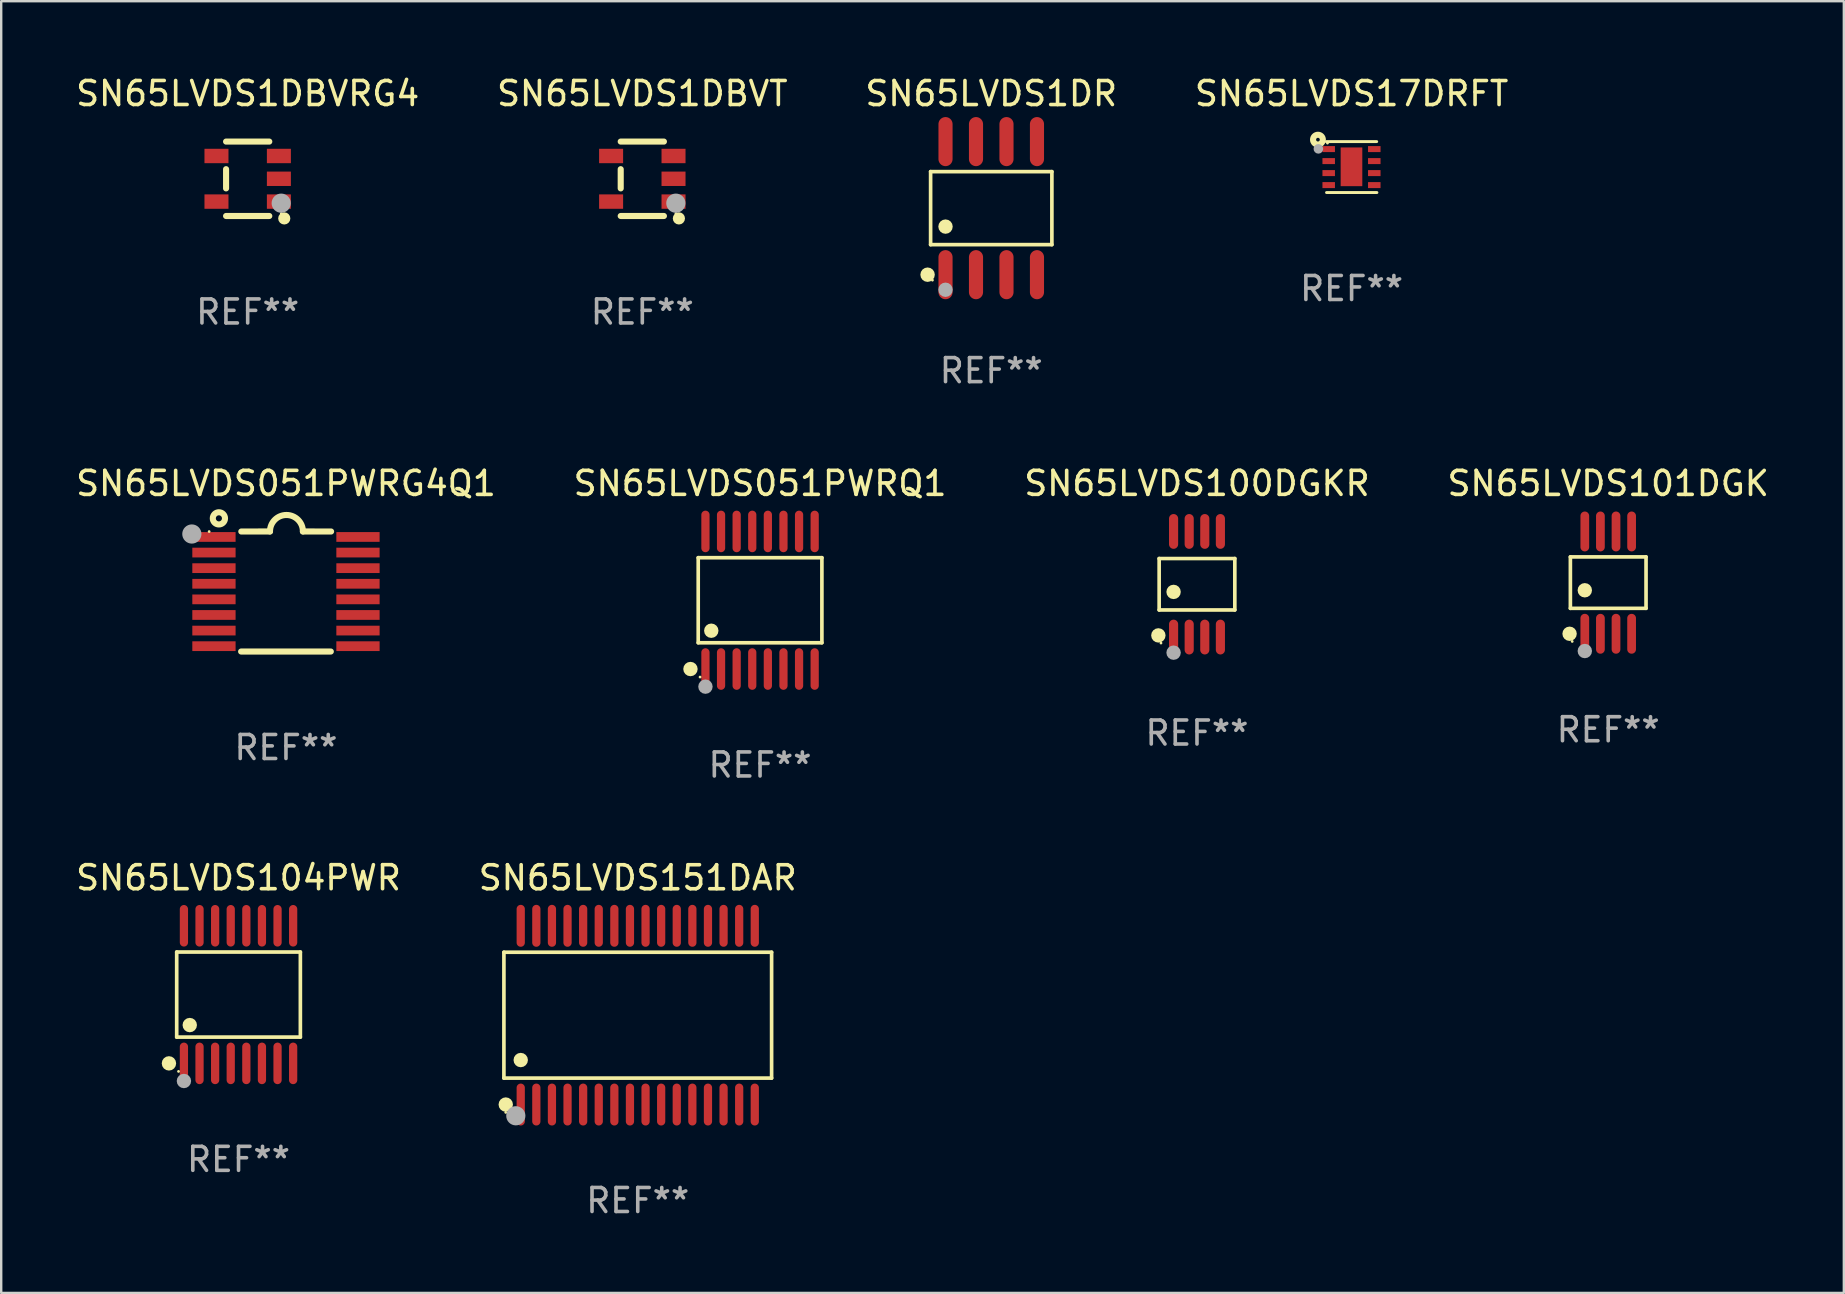
<source format=kicad_pcb>
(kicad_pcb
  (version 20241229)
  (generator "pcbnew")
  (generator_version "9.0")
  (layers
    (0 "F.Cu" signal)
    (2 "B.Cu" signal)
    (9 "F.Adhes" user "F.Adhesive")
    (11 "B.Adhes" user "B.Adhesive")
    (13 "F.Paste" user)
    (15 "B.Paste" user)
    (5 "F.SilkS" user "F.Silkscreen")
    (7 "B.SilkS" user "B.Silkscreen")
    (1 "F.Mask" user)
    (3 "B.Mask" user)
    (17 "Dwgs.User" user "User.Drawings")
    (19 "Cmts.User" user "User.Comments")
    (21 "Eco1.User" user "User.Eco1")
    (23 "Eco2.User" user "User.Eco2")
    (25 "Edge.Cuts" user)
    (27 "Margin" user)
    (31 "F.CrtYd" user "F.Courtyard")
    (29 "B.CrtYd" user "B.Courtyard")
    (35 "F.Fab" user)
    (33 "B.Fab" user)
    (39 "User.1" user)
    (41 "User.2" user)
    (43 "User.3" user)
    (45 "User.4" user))
  (footprint "SN65LVDS101DGK"
    (layer "F.Cu")
    (at 63.946 21.221)
    (property "Reference" "SN65LVDS101DGK" (at 0 -4.131 0) (layer "F.SilkS") (effects (font (size 1 1) (thickness 0.15))))
    (attr through_hole)
    (fp_line (start -1.576 -1.071) (end 1.576 -1.071) (stroke (width 0.152) (type solid)) (layer "F.SilkS"))
    (fp_line (start -1.576 1.071) (end -1.576 -1.071) (stroke (width 0.152) (type solid)) (layer "F.SilkS"))
    (fp_line (start 1.576 -1.071) (end 1.576 1.071) (stroke (width 0.152) (type solid)) (layer "F.SilkS"))
    (fp_line (start 1.576 1.071) (end -1.576 1.071) (stroke (width 0.152) (type solid)) (layer "F.SilkS"))
    (fp_circle (center -1.609 2.131) (end -1.459 2.131) (stroke (width 0.3) (type solid)) (fill no) (layer "F.SilkS"))
    (fp_circle (center -1.5 2.45) (end -1.47 2.45) (stroke (width 0.06) (type solid)) (fill no) (layer "F.SilkS"))
    (fp_circle (center -0.975 0.319) (end -0.825 0.319) (stroke (width 0.3) (type solid)) (fill no) (layer "F.SilkS"))
    (fp_circle (center -0.975 2.85) (end -0.825 2.85) (stroke (width 0.3) (type solid)) (fill no) (layer "F.Fab"))
    (fp_text user "REF**" (at 0 6.131 0) (layer "F.Fab") (effects (font (size 1 1) (thickness 0.15))))
    (pad "1" smd oval (at -0.975 2.131) (size 0.364 1.662) (layers "F.Cu" "F.Mask" "F.Paste"))
    (pad "2" smd oval (at -0.325 2.131) (size 0.364 1.662) (layers "F.Cu" "F.Mask" "F.Paste"))
    (pad "3" smd oval (at 0.325 2.131) (size 0.364 1.662) (layers "F.Cu" "F.Mask" "F.Paste"))
    (pad "4" smd oval (at 0.975 2.131) (size 0.364 1.662) (layers "F.Cu" "F.Mask" "F.Paste"))
    (pad "5" smd oval (at 0.975 -2.131) (size 0.364 1.662) (layers "F.Cu" "F.Mask" "F.Paste"))
    (pad "6" smd oval (at 0.325 -2.131) (size 0.364 1.662) (layers "F.Cu" "F.Mask" "F.Paste"))
    (pad "7" smd oval (at -0.325 -2.131) (size 0.364 1.662) (layers "F.Cu" "F.Mask" "F.Paste"))
    (pad "8" smd oval (at -0.975 -2.131) (size 0.364 1.662) (layers "F.Cu" "F.Mask" "F.Paste")))
  (footprint "SN65LVDS1DBVRG4"
    (layer "F.Cu")
    (at 7.268 4.398)
    (property "Reference" "SN65LVDS1DBVRG4" (at 0 -3.55 0) (layer "F.SilkS") (effects (font (size 1 1) (thickness 0.15))))
    (attr through_hole)
    (fp_line (start -0.9 -1.55) (end 0.9 -1.55) (stroke (width 0.254) (type solid)) (layer "F.SilkS"))
    (fp_line (start -0.9 0.4) (end -0.9 -0.4) (stroke (width 0.254) (type solid)) (layer "F.SilkS"))
    (fp_line (start -0.9 1.55) (end 0.9 1.55) (stroke (width 0.254) (type solid)) (layer "F.SilkS"))
    (fp_circle (center 1.4 1.45) (end 1.43 1.45) (stroke (width 0.06) (type solid)) (fill no) (layer "F.SilkS"))
    (fp_circle (center 1.524 1.651) (end 1.651 1.651) (stroke (width 0.254) (type solid)) (fill no) (layer "F.SilkS"))
    (fp_circle (center 1.397 1.016) (end 1.597 1.016) (stroke (width 0.4) (type solid)) (fill no) (layer "F.Fab"))
    (fp_text user "REF**" (at 0 5.55 0) (layer "F.Fab") (effects (font (size 1 1) (thickness 0.15))))
    (pad "1" smd rect (at 1.3 0.95) (size 1 0.6) (layers "F.Cu" "F.Mask" "F.Paste"))
    (pad "2" smd rect (at 1.3 -0.000051) (size 1 0.6) (layers "F.Cu" "F.Mask" "F.Paste"))
    (pad "3" smd rect (at 1.3 -0.95) (size 1 0.6) (layers "F.Cu" "F.Mask" "F.Paste"))
    (pad "4" smd rect (at -1.3 -0.95) (size 1 0.6) (layers "F.Cu" "F.Mask" "F.Paste"))
    (pad "5" smd rect (at -1.3 0.95) (size 1 0.6) (layers "F.Cu" "F.Mask" "F.Paste")))
  (footprint "SN65LVDS151DAR"
    (layer "F.Cu")
    (at 23.518 39.241)
    (property "Reference" "SN65LVDS151DAR" (at 0 -5.723 0) (layer "F.SilkS") (effects (font (size 1 1) (thickness 0.15))))
    (attr through_hole)
    (fp_line (start -5.576 -2.622) (end 5.576 -2.622) (stroke (width 0.152) (type solid)) (layer "F.SilkS"))
    (fp_line (start -5.576 2.621) (end -5.576 -2.622) (stroke (width 0.152) (type solid)) (layer "F.SilkS"))
    (fp_line (start 5.576 -2.622) (end 5.576 2.621) (stroke (width 0.152) (type solid)) (layer "F.SilkS"))
    (fp_line (start 5.576 2.621) (end -5.576 2.621) (stroke (width 0.152) (type solid)) (layer "F.SilkS"))
    (fp_circle (center -5.5 4.05) (end -5.47 4.05) (stroke (width 0.06) (type solid)) (fill no) (layer "F.SilkS"))
    (fp_circle (center -5.499 3.723) (end -5.349 3.723) (stroke (width 0.3) (type solid)) (fill no) (layer "F.SilkS"))
    (fp_circle (center -4.875 1.869) (end -4.725 1.869) (stroke (width 0.3) (type solid)) (fill no) (layer "F.SilkS"))
    (fp_circle (center -5.08 4.191) (end -4.88 4.191) (stroke (width 0.4) (type solid)) (fill no) (layer "F.Fab"))
    (fp_text user "REF**" (at 0 7.723 0) (layer "F.Fab") (effects (font (size 1 1) (thickness 0.15))))
    (pad "1" smd oval (at -4.875 3.723) (size 0.343 1.747) (layers "F.Cu" "F.Mask" "F.Paste"))
    (pad "2" smd oval (at -4.225 3.723) (size 0.343 1.747) (layers "F.Cu" "F.Mask" "F.Paste"))
    (pad "3" smd oval (at -3.575 3.723) (size 0.343 1.747) (layers "F.Cu" "F.Mask" "F.Paste"))
    (pad "4" smd oval (at -2.925 3.723) (size 0.343 1.747) (layers "F.Cu" "F.Mask" "F.Paste"))
    (pad "5" smd oval (at -2.275 3.723) (size 0.343 1.747) (layers "F.Cu" "F.Mask" "F.Paste"))
    (pad "6" smd oval (at -1.625 3.723) (size 0.343 1.747) (layers "F.Cu" "F.Mask" "F.Paste"))
    (pad "7" smd oval (at -0.975 3.723) (size 0.343 1.747) (layers "F.Cu" "F.Mask" "F.Paste"))
    (pad "8" smd oval (at -0.325 3.723) (size 0.343 1.747) (layers "F.Cu" "F.Mask" "F.Paste"))
    (pad "9" smd oval (at 0.325 3.723) (size 0.343 1.747) (layers "F.Cu" "F.Mask" "F.Paste"))
    (pad "10" smd oval (at 0.975 3.723) (size 0.343 1.747) (layers "F.Cu" "F.Mask" "F.Paste"))
    (pad "11" smd oval (at 1.625 3.723) (size 0.343 1.747) (layers "F.Cu" "F.Mask" "F.Paste"))
    (pad "12" smd oval (at 2.275 3.723) (size 0.343 1.747) (layers "F.Cu" "F.Mask" "F.Paste"))
    (pad "13" smd oval (at 2.925 3.723) (size 0.343 1.747) (layers "F.Cu" "F.Mask" "F.Paste"))
    (pad "14" smd oval (at 3.575 3.723) (size 0.343 1.747) (layers "F.Cu" "F.Mask" "F.Paste"))
    (pad "15" smd oval (at 4.225 3.723) (size 0.343 1.747) (layers "F.Cu" "F.Mask" "F.Paste"))
    (pad "16" smd oval (at 4.875 3.723) (size 0.343 1.747) (layers "F.Cu" "F.Mask" "F.Paste"))
    (pad "17" smd oval (at 4.875 -3.723) (size 0.343 1.747) (layers "F.Cu" "F.Mask" "F.Paste"))
    (pad "18" smd oval (at 4.225 -3.723) (size 0.343 1.747) (layers "F.Cu" "F.Mask" "F.Paste"))
    (pad "19" smd oval (at 3.575 -3.723) (size 0.343 1.747) (layers "F.Cu" "F.Mask" "F.Paste"))
    (pad "20" smd oval (at 2.925 -3.723) (size 0.343 1.747) (layers "F.Cu" "F.Mask" "F.Paste"))
    (pad "21" smd oval (at 2.275 -3.723) (size 0.343 1.747) (layers "F.Cu" "F.Mask" "F.Paste"))
    (pad "22" smd oval (at 1.625 -3.723) (size 0.343 1.747) (layers "F.Cu" "F.Mask" "F.Paste"))
    (pad "23" smd oval (at 0.975 -3.723) (size 0.343 1.747) (layers "F.Cu" "F.Mask" "F.Paste"))
    (pad "24" smd oval (at 0.325 -3.723) (size 0.343 1.747) (layers "F.Cu" "F.Mask" "F.Paste"))
    (pad "25" smd oval (at -0.325 -3.723) (size 0.343 1.747) (layers "F.Cu" "F.Mask" "F.Paste"))
    (pad "26" smd oval (at -0.975 -3.723) (size 0.343 1.747) (layers "F.Cu" "F.Mask" "F.Paste"))
    (pad "27" smd oval (at -1.625 -3.723) (size 0.343 1.747) (layers "F.Cu" "F.Mask" "F.Paste"))
    (pad "28" smd oval (at -2.275 -3.723) (size 0.343 1.747) (layers "F.Cu" "F.Mask" "F.Paste"))
    (pad "29" smd oval (at -2.925 -3.723) (size 0.343 1.747) (layers "F.Cu" "F.Mask" "F.Paste"))
    (pad "30" smd oval (at -3.575 -3.723) (size 0.343 1.747) (layers "F.Cu" "F.Mask" "F.Paste"))
    (pad "31" smd oval (at -4.225 -3.723) (size 0.343 1.747) (layers "F.Cu" "F.Mask" "F.Paste"))
    (pad "32" smd oval (at -4.875 -3.723) (size 0.343 1.747) (layers "F.Cu" "F.Mask" "F.Paste")))
  (footprint "SN65LVDS1DR"
    (layer "F.Cu")
    (at 38.244 5.621)
    (property "Reference" "SN65LVDS1DR" (at 0 -4.772 0) (layer "F.SilkS") (effects (font (size 1 1) (thickness 0.15))))
    (attr through_hole)
    (fp_line (start -2.526 -1.521) (end 2.526 -1.521) (stroke (width 0.152) (type solid)) (layer "F.SilkS"))
    (fp_line (start -2.526 1.521) (end -2.526 -1.521) (stroke (width 0.152) (type solid)) (layer "F.SilkS"))
    (fp_line (start 2.526 -1.521) (end 2.526 1.521) (stroke (width 0.152) (type solid)) (layer "F.SilkS"))
    (fp_line (start 2.526 1.521) (end -2.526 1.521) (stroke (width 0.152) (type solid)) (layer "F.SilkS"))
    (fp_circle (center -2.652 2.772) (end -2.501 2.772) (stroke (width 0.3) (type solid)) (fill no) (layer "F.SilkS"))
    (fp_circle (center -2.45 3) (end -2.42 3) (stroke (width 0.06) (type solid)) (fill no) (layer "F.SilkS"))
    (fp_circle (center -1.905 0.769) (end -1.755 0.769) (stroke (width 0.3) (type solid)) (fill no) (layer "F.SilkS"))
    (fp_circle (center -1.905 3.4) (end -1.755 3.4) (stroke (width 0.3) (type solid)) (fill no) (layer "F.Fab"))
    (fp_text user "REF**" (at 0 6.772 0) (layer "F.Fab") (effects (font (size 1 1) (thickness 0.15))))
    (pad "1" smd oval (at -1.905 2.772) (size 0.588 2.045) (layers "F.Cu" "F.Mask" "F.Paste"))
    (pad "2" smd oval (at -0.635 2.772) (size 0.588 2.045) (layers "F.Cu" "F.Mask" "F.Paste"))
    (pad "3" smd oval (at 0.635 2.772) (size 0.588 2.045) (layers "F.Cu" "F.Mask" "F.Paste"))
    (pad "4" smd oval (at 1.905 2.772) (size 0.588 2.045) (layers "F.Cu" "F.Mask" "F.Paste"))
    (pad "5" smd oval (at 1.905 -2.772) (size 0.588 2.045) (layers "F.Cu" "F.Mask" "F.Paste"))
    (pad "6" smd oval (at 0.635 -2.772) (size 0.588 2.045) (layers "F.Cu" "F.Mask" "F.Paste"))
    (pad "7" smd oval (at -0.635 -2.772) (size 0.588 2.045) (layers "F.Cu" "F.Mask" "F.Paste"))
    (pad "8" smd oval (at -1.905 -2.772) (size 0.588 2.045) (layers "F.Cu" "F.Mask" "F.Paste")))
  (footprint "SN65LVDS051PWRG4Q1"
    (layer "F.Cu")
    (at 8.863 21.591)
    (property "Reference" "SN65LVDS051PWRG4Q1" (at 0 -4.501 0) (layer "F.SilkS") (effects (font (size 1 1) (thickness 0.15))))
    (attr through_hole)
    (fp_line (start -1.868 2.501) (end 1.868 2.501) (stroke (width 0.254) (type solid)) (layer "F.SilkS"))
    (fp_line (start -1.86 -2.499) (end -0.666 -2.501) (stroke (width 0.254) (type solid)) (layer "F.SilkS"))
    (fp_line (start 0.706 -2.501) (end 1.88 -2.499) (stroke (width 0.254) (type solid)) (layer "F.SilkS"))
    (fp_arc (start -0.665914 -2.501448) (mid 0.019888 -3.18725) (end 0.70569 -2.501448) (stroke (width 0.254001) (type solid)) (layer "F.SilkS"))
    (fp_circle (center -3.2 -2.497) (end -3.17 -2.497) (stroke (width 0.06) (type solid)) (fill no) (layer "F.SilkS"))
    (fp_circle (center -2.794 -3.047) (end -2.54 -3.047) (stroke (width 0.254) (type solid)) (fill no) (layer "F.SilkS"))
    (fp_circle (center -3.921 -2.395) (end -3.721 -2.395) (stroke (width 0.4) (type solid)) (fill no) (layer "F.Fab"))
    (fp_text user "REF**" (at 0 6.501 0) (layer "F.Fab") (effects (font (size 1 1) (thickness 0.15))))
    (pad "1" smd rect (at -3 -2.272) (size 1.803 0.406) (layers "F.Cu" "F.Mask" "F.Paste"))
    (pad "2" smd rect (at -3 -1.622) (size 1.803 0.406) (layers "F.Cu" "F.Mask" "F.Paste"))
    (pad "3" smd rect (at -3 -0.972) (size 1.803 0.406) (layers "F.Cu" "F.Mask" "F.Paste"))
    (pad "4" smd rect (at -3 -0.322) (size 1.803 0.406) (layers "F.Cu" "F.Mask" "F.Paste"))
    (pad "5" smd rect (at -3 0.328) (size 1.803 0.406) (layers "F.Cu" "F.Mask" "F.Paste"))
    (pad "6" smd rect (at -3 0.978) (size 1.803 0.406) (layers "F.Cu" "F.Mask" "F.Paste"))
    (pad "7" smd rect (at -3 1.628) (size 1.803 0.406) (layers "F.Cu" "F.Mask" "F.Paste"))
    (pad "8" smd rect (at -3 2.278) (size 1.803 0.406) (layers "F.Cu" "F.Mask" "F.Paste"))
    (pad "9" smd rect (at 3 2.278) (size 1.803 0.406) (layers "F.Cu" "F.Mask" "F.Paste"))
    (pad "10" smd rect (at 3 1.628) (size 1.803 0.406) (layers "F.Cu" "F.Mask" "F.Paste"))
    (pad "11" smd rect (at 3 0.978) (size 1.803 0.406) (layers "F.Cu" "F.Mask" "F.Paste"))
    (pad "12" smd rect (at 3 0.328) (size 1.803 0.406) (layers "F.Cu" "F.Mask" "F.Paste"))
    (pad "13" smd rect (at 3 -0.322) (size 1.803 0.406) (layers "F.Cu" "F.Mask" "F.Paste"))
    (pad "14" smd rect (at 3 -0.972) (size 1.803 0.406) (layers "F.Cu" "F.Mask" "F.Paste"))
    (pad "15" smd rect (at 3 -1.622) (size 1.803 0.406) (layers "F.Cu" "F.Mask" "F.Paste"))
    (pad "16" smd rect (at 3 -2.272) (size 1.803 0.406) (layers "F.Cu" "F.Mask" "F.Paste")))
  (footprint "SN65LVDS100DGKR"
    (layer "F.Cu")
    (at 46.815 21.289)
    (property "Reference" "SN65LVDS100DGKR" (at 0 -4.2 0) (layer "F.SilkS") (effects (font (size 1 1) (thickness 0.15))))
    (attr through_hole)
    (fp_line (start -1.576 -1.071) (end 1.576 -1.071) (stroke (width 0.152) (type solid)) (layer "F.SilkS"))
    (fp_line (start -1.576 1.071) (end -1.576 -1.071) (stroke (width 0.152) (type solid)) (layer "F.SilkS"))
    (fp_line (start 1.576 -1.071) (end 1.576 1.071) (stroke (width 0.152) (type solid)) (layer "F.SilkS"))
    (fp_line (start 1.576 1.071) (end -1.576 1.071) (stroke (width 0.152) (type solid)) (layer "F.SilkS"))
    (fp_circle (center -1.609 2.131) (end -1.459 2.131) (stroke (width 0.3) (type solid)) (fill no) (layer "F.SilkS"))
    (fp_circle (center -1.5 2.45) (end -1.47 2.45) (stroke (width 0.06) (type solid)) (fill no) (layer "F.SilkS"))
    (fp_circle (center -0.975 0.319) (end -0.825 0.319) (stroke (width 0.3) (type solid)) (fill no) (layer "F.SilkS"))
    (fp_circle (center -0.975 2.85) (end -0.825 2.85) (stroke (width 0.3) (type solid)) (fill no) (layer "F.Fab"))
    (fp_text user "REF**" (at 0 6.2 0) (layer "F.Fab") (effects (font (size 1 1) (thickness 0.15))))
    (pad "1" smd oval (at -0.975 2.2) (size 0.38 1.45) (layers "F.Cu" "F.Mask" "F.Paste"))
    (pad "2" smd oval (at -0.325 2.2) (size 0.38 1.45) (layers "F.Cu" "F.Mask" "F.Paste"))
    (pad "3" smd oval (at 0.325 2.2) (size 0.38 1.45) (layers "F.Cu" "F.Mask" "F.Paste"))
    (pad "4" smd oval (at 0.975 2.2) (size 0.38 1.45) (layers "F.Cu" "F.Mask" "F.Paste"))
    (pad "5" smd oval (at 0.975 -2.2) (size 0.38 1.45) (layers "F.Cu" "F.Mask" "F.Paste"))
    (pad "6" smd oval (at 0.325 -2.2) (size 0.38 1.45) (layers "F.Cu" "F.Mask" "F.Paste"))
    (pad "7" smd oval (at -0.325 -2.2) (size 0.38 1.45) (layers "F.Cu" "F.Mask" "F.Paste"))
    (pad "8" smd oval (at -0.975 -2.2) (size 0.38 1.45) (layers "F.Cu" "F.Mask" "F.Paste")))
  (footprint "SN65LVDS17DRFT"
    (layer "F.Cu")
    (at 53.256 3.91)
    (property "Reference" "SN65LVDS17DRFT" (at 0 -3.061 0) (layer "F.SilkS") (effects (font (size 1 1) (thickness 0.15))))
    (attr through_hole)
    (fp_line (start -1.045 1.061) (end 1.055 1.061) (stroke (width 0.12) (type solid)) (layer "F.SilkS"))
    (fp_line (start 1.046 -1.061) (end -1.055 -1.061) (stroke (width 0.12) (type solid)) (layer "F.SilkS"))
    (fp_circle (center -1.402 -1.142) (end -1.325 -1.142) (stroke (width 0.254) (type solid)) (fill no) (layer "F.SilkS"))
    (fp_circle (center -1.005 -0.999) (end -0.975 -0.999) (stroke (width 0.06) (type solid)) (fill no) (layer "F.SilkS"))
    (fp_circle (center -1.384 -0.759) (end -1.284 -0.759) (stroke (width 0.2) (type solid)) (fill no) (layer "F.Fab"))
    (fp_text user "REF**" (at 0 5.061 0) (layer "F.Fab") (effects (font (size 1 1) (thickness 0.15))))
    (pad "1" smd rect (at -0.954 -0.749) (size 0.521 0.25) (layers "F.Cu" "F.Mask" "F.Paste"))
    (pad "2" smd rect (at -0.954 -0.249) (size 0.521 0.25) (layers "F.Cu" "F.Mask" "F.Paste"))
    (pad "3" smd rect (at -0.954 0.251) (size 0.521 0.25) (layers "F.Cu" "F.Mask" "F.Paste"))
    (pad "4" smd rect (at -0.954 0.751) (size 0.521 0.25) (layers "F.Cu" "F.Mask" "F.Paste"))
    (pad "5" smd rect (at 0.945 0.751) (size 0.521 0.25) (layers "F.Cu" "F.Mask" "F.Paste"))
    (pad "6" smd rect (at 0.945 0.251) (size 0.521 0.25) (layers "F.Cu" "F.Mask" "F.Paste"))
    (pad "7" smd rect (at 0.945 -0.249) (size 0.521 0.25) (layers "F.Cu" "F.Mask" "F.Paste"))
    (pad "8" smd rect (at 0.945 -0.749) (size 0.521 0.25) (layers "F.Cu" "F.Mask" "F.Paste"))
    (pad "9" smd rect (at -0.005 -0.011) (size 0.902 1.613) (layers "F.Cu" "F.Mask" "F.Paste")))
  (footprint "SN65LVDS051PWRQ1"
    (layer "F.Cu")
    (at 28.613 21.955)
    (property "Reference" "SN65LVDS051PWRQ1" (at 0 -4.866 0) (layer "F.SilkS") (effects (font (size 1 1) (thickness 0.15))))
    (attr through_hole)
    (fp_line (start -2.576 -1.772) (end 2.576 -1.772) (stroke (width 0.152) (type solid)) (layer "F.SilkS"))
    (fp_line (start -2.576 1.771) (end -2.576 -1.772) (stroke (width 0.152) (type solid)) (layer "F.SilkS"))
    (fp_line (start 2.576 -1.772) (end 2.576 1.771) (stroke (width 0.152) (type solid)) (layer "F.SilkS"))
    (fp_line (start 2.576 1.771) (end -2.576 1.771) (stroke (width 0.152) (type solid)) (layer "F.SilkS"))
    (fp_circle (center -2.899 2.866) (end -2.749 2.866) (stroke (width 0.3) (type solid)) (fill no) (layer "F.SilkS"))
    (fp_circle (center -2.5 3.2) (end -2.47 3.2) (stroke (width 0.06) (type solid)) (fill no) (layer "F.SilkS"))
    (fp_circle (center -2.032 1.27) (end -1.882 1.27) (stroke (width 0.3) (type solid)) (fill no) (layer "F.SilkS"))
    (fp_circle (center -2.275 3.6) (end -2.125 3.6) (stroke (width 0.3) (type solid)) (fill no) (layer "F.Fab"))
    (fp_text user "REF**" (at 0 6.866 0) (layer "F.Fab") (effects (font (size 1 1) (thickness 0.15))))
    (pad "1" smd oval (at -2.275 2.866) (size 0.343 1.731) (layers "F.Cu" "F.Mask" "F.Paste"))
    (pad "2" smd oval (at -1.625 2.866) (size 0.343 1.731) (layers "F.Cu" "F.Mask" "F.Paste"))
    (pad "3" smd oval (at -0.975 2.866) (size 0.343 1.731) (layers "F.Cu" "F.Mask" "F.Paste"))
    (pad "4" smd oval (at -0.325 2.866) (size 0.343 1.731) (layers "F.Cu" "F.Mask" "F.Paste"))
    (pad "5" smd oval (at 0.325 2.866) (size 0.343 1.731) (layers "F.Cu" "F.Mask" "F.Paste"))
    (pad "6" smd oval (at 0.975 2.866) (size 0.343 1.731) (layers "F.Cu" "F.Mask" "F.Paste"))
    (pad "7" smd oval (at 1.625 2.866) (size 0.343 1.731) (layers "F.Cu" "F.Mask" "F.Paste"))
    (pad "8" smd oval (at 2.275 2.866) (size 0.343 1.731) (layers "F.Cu" "F.Mask" "F.Paste"))
    (pad "9" smd oval (at 2.275 -2.866) (size 0.343 1.731) (layers "F.Cu" "F.Mask" "F.Paste"))
    (pad "10" smd oval (at 1.625 -2.866) (size 0.343 1.731) (layers "F.Cu" "F.Mask" "F.Paste"))
    (pad "11" smd oval (at 0.975 -2.866) (size 0.343 1.731) (layers "F.Cu" "F.Mask" "F.Paste"))
    (pad "12" smd oval (at 0.325 -2.866) (size 0.343 1.731) (layers "F.Cu" "F.Mask" "F.Paste"))
    (pad "13" smd oval (at -0.325 -2.866) (size 0.343 1.731) (layers "F.Cu" "F.Mask" "F.Paste"))
    (pad "14" smd oval (at -0.975 -2.866) (size 0.343 1.731) (layers "F.Cu" "F.Mask" "F.Paste"))
    (pad "15" smd oval (at -1.625 -2.866) (size 0.343 1.731) (layers "F.Cu" "F.Mask" "F.Paste"))
    (pad "16" smd oval (at -2.275 -2.866) (size 0.343 1.731) (layers "F.Cu" "F.Mask" "F.Paste")))
  (footprint "SN65LVDS1DBVT"
    (layer "F.Cu")
    (at 23.708 4.398)
    (property "Reference" "SN65LVDS1DBVT" (at 0 -3.55 0) (layer "F.SilkS") (effects (font (size 1 1) (thickness 0.15))))
    (attr through_hole)
    (fp_line (start -0.9 -1.55) (end 0.9 -1.55) (stroke (width 0.254) (type solid)) (layer "F.SilkS"))
    (fp_line (start -0.9 0.4) (end -0.9 -0.4) (stroke (width 0.254) (type solid)) (layer "F.SilkS"))
    (fp_line (start -0.9 1.55) (end 0.9 1.55) (stroke (width 0.254) (type solid)) (layer "F.SilkS"))
    (fp_circle (center 1.4 1.45) (end 1.43 1.45) (stroke (width 0.06) (type solid)) (fill no) (layer "F.SilkS"))
    (fp_circle (center 1.524 1.651) (end 1.651 1.651) (stroke (width 0.254) (type solid)) (fill no) (layer "F.SilkS"))
    (fp_circle (center 1.397 1.016) (end 1.597 1.016) (stroke (width 0.4) (type solid)) (fill no) (layer "F.Fab"))
    (fp_text user "REF**" (at 0 5.55 0) (layer "F.Fab") (effects (font (size 1 1) (thickness 0.15))))
    (pad "1" smd rect (at 1.3 0.95) (size 1 0.6) (layers "F.Cu" "F.Mask" "F.Paste"))
    (pad "2" smd rect (at 1.3 -0.000051) (size 1 0.6) (layers "F.Cu" "F.Mask" "F.Paste"))
    (pad "3" smd rect (at 1.3 -0.95) (size 1 0.6) (layers "F.Cu" "F.Mask" "F.Paste"))
    (pad "4" smd rect (at -1.3 -0.95) (size 1 0.6) (layers "F.Cu" "F.Mask" "F.Paste"))
    (pad "5" smd rect (at -1.3 0.95) (size 1 0.6) (layers "F.Cu" "F.Mask" "F.Paste")))
  (footprint "SN65LVDS104PWR"
    (layer "F.Cu")
    (at 6.887 38.383)
    (property "Reference" "SN65LVDS104PWR" (at 0 -4.866 0) (layer "F.SilkS") (effects (font (size 1 1) (thickness 0.15))))
    (attr through_hole)
    (fp_line (start -2.576 -1.772) (end 2.576 -1.772) (stroke (width 0.152) (type solid)) (layer "F.SilkS"))
    (fp_line (start -2.576 1.771) (end -2.576 -1.772) (stroke (width 0.152) (type solid)) (layer "F.SilkS"))
    (fp_line (start 2.576 -1.772) (end 2.576 1.771) (stroke (width 0.152) (type solid)) (layer "F.SilkS"))
    (fp_line (start 2.576 1.771) (end -2.576 1.771) (stroke (width 0.152) (type solid)) (layer "F.SilkS"))
    (fp_circle (center -2.899 2.866) (end -2.749 2.866) (stroke (width 0.3) (type solid)) (fill no) (layer "F.SilkS"))
    (fp_circle (center -2.5 3.2) (end -2.47 3.2) (stroke (width 0.06) (type solid)) (fill no) (layer "F.SilkS"))
    (fp_circle (center -2.032 1.27) (end -1.882 1.27) (stroke (width 0.3) (type solid)) (fill no) (layer "F.SilkS"))
    (fp_circle (center -2.275 3.6) (end -2.125 3.6) (stroke (width 0.3) (type solid)) (fill no) (layer "F.Fab"))
    (fp_text user "REF**" (at 0 6.866 0) (layer "F.Fab") (effects (font (size 1 1) (thickness 0.15))))
    (pad "1" smd oval (at -2.275 2.866) (size 0.343 1.731) (layers "F.Cu" "F.Mask" "F.Paste"))
    (pad "2" smd oval (at -1.625 2.866) (size 0.343 1.731) (layers "F.Cu" "F.Mask" "F.Paste"))
    (pad "3" smd oval (at -0.975 2.866) (size 0.343 1.731) (layers "F.Cu" "F.Mask" "F.Paste"))
    (pad "4" smd oval (at -0.325 2.866) (size 0.343 1.731) (layers "F.Cu" "F.Mask" "F.Paste"))
    (pad "5" smd oval (at 0.325 2.866) (size 0.343 1.731) (layers "F.Cu" "F.Mask" "F.Paste"))
    (pad "6" smd oval (at 0.975 2.866) (size 0.343 1.731) (layers "F.Cu" "F.Mask" "F.Paste"))
    (pad "7" smd oval (at 1.625 2.866) (size 0.343 1.731) (layers "F.Cu" "F.Mask" "F.Paste"))
    (pad "8" smd oval (at 2.275 2.866) (size 0.343 1.731) (layers "F.Cu" "F.Mask" "F.Paste"))
    (pad "9" smd oval (at 2.275 -2.866) (size 0.343 1.731) (layers "F.Cu" "F.Mask" "F.Paste"))
    (pad "10" smd oval (at 1.625 -2.866) (size 0.343 1.731) (layers "F.Cu" "F.Mask" "F.Paste"))
    (pad "11" smd oval (at 0.975 -2.866) (size 0.343 1.731) (layers "F.Cu" "F.Mask" "F.Paste"))
    (pad "12" smd oval (at 0.325 -2.866) (size 0.343 1.731) (layers "F.Cu" "F.Mask" "F.Paste"))
    (pad "13" smd oval (at -0.325 -2.866) (size 0.343 1.731) (layers "F.Cu" "F.Mask" "F.Paste"))
    (pad "14" smd oval (at -0.975 -2.866) (size 0.343 1.731) (layers "F.Cu" "F.Mask" "F.Paste"))
    (pad "15" smd oval (at -1.625 -2.866) (size 0.343 1.731) (layers "F.Cu" "F.Mask" "F.Paste"))
    (pad "16" smd oval (at -2.275 -2.866) (size 0.343 1.731) (layers "F.Cu" "F.Mask" "F.Paste")))
  (gr_rect
    (start -3 -3)
    (end 73.762 50.812)
    (stroke (width 0.1) (type default))
    (fill no)
    (layer "Edge.Cuts")))
</source>
